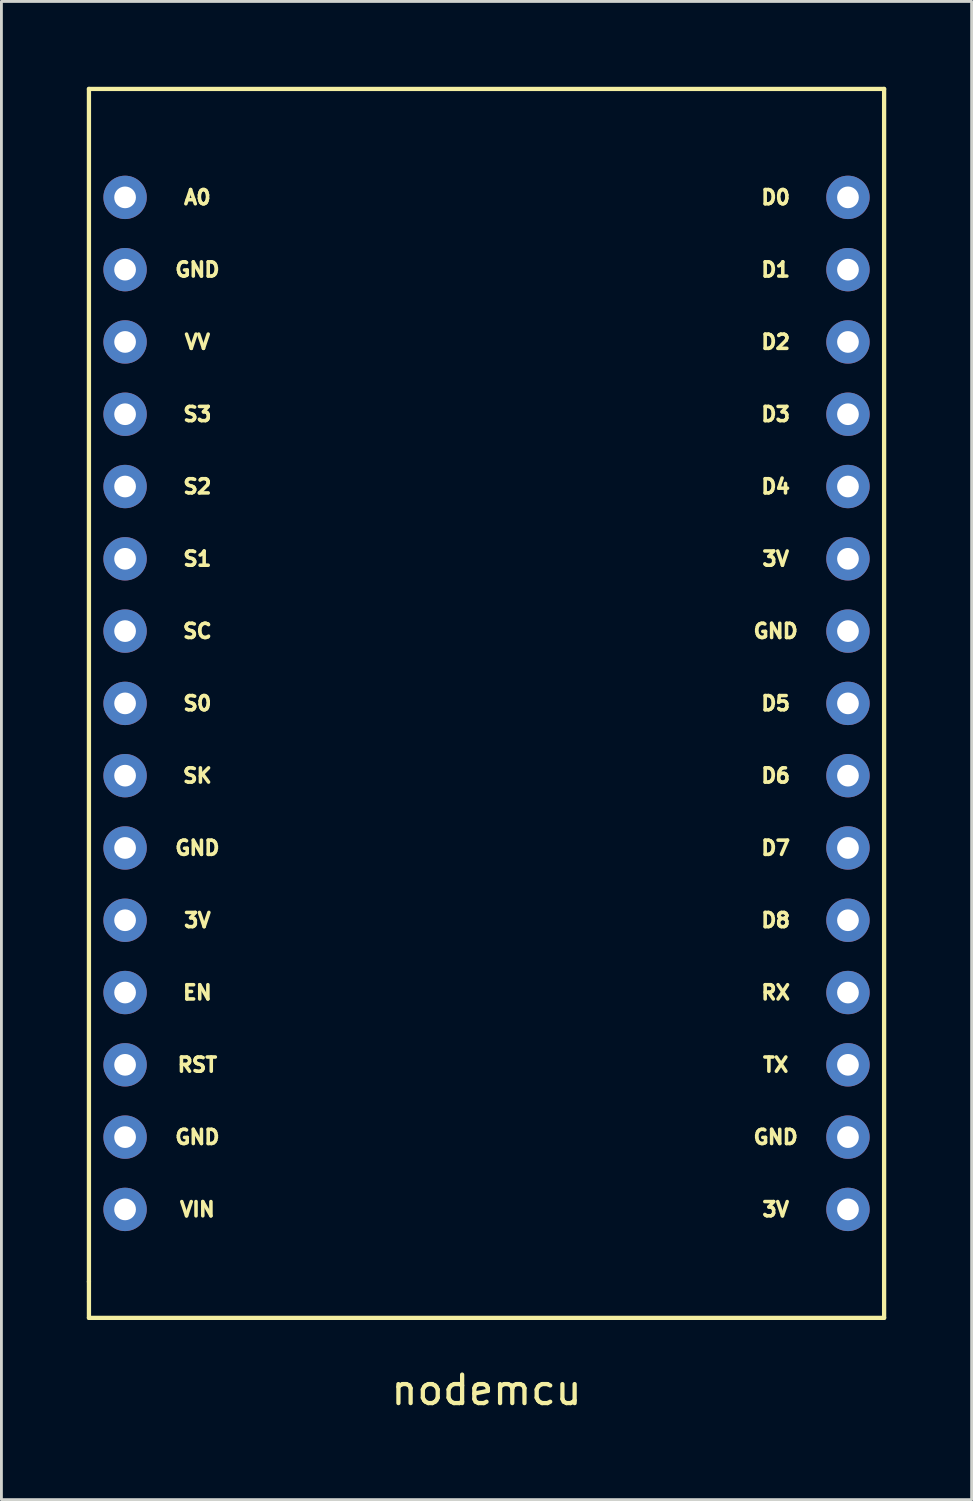
<source format=kicad_pcb>
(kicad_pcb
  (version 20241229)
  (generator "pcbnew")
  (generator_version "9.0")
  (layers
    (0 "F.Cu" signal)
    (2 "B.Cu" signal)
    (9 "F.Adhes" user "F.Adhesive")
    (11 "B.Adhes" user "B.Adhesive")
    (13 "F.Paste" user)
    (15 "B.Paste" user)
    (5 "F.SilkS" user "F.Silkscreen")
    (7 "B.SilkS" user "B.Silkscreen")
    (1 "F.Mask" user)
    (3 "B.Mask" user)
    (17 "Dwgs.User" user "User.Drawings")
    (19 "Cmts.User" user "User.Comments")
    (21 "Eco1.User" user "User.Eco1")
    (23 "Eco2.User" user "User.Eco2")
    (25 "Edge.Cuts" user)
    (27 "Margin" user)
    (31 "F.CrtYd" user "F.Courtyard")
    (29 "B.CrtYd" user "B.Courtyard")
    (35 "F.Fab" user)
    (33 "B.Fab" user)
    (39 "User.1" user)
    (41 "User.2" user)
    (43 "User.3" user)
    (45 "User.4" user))
  (footprint "nodemcu"
    (layer "F.Cu")
    (at 14.045 34.365)
    (property "Reference" "nodemcu" (at 0 11.43 0) (layer "F.SilkS") (effects (font (size 1 1) (thickness 0.15))))
    (attr through_hole)
    (fp_line (start -13.97 -34.29) (end -13.97 7.62) (stroke (width 0.15) (type solid)) (layer "F.SilkS"))
    (fp_line (start -13.97 7.62) (end -13.97 8.89) (stroke (width 0.15) (type solid)) (layer "F.SilkS"))
    (fp_line (start -13.97 8.89) (end 13.97 8.89) (stroke (width 0.15) (type solid)) (layer "F.SilkS"))
    (fp_line (start 13.97 -34.29) (end -13.97 -34.29) (stroke (width 0.15) (type solid)) (layer "F.SilkS"))
    (fp_line (start 13.97 8.89) (end 13.97 -34.29) (stroke (width 0.15) (type solid)) (layer "F.SilkS"))
    (fp_text user "RX" (at 10.16 -2.54 0) (layer "F.SilkS") (effects (font (size 0.5 0.5) (thickness 0.125))))
    (fp_text user "D8" (at 10.16 -5.08 0) (layer "F.SilkS") (effects (font (size 0.5 0.5) (thickness 0.125))))
    (fp_text user "D0" (at 10.16 -30.48 0) (layer "F.SilkS") (effects (font (size 0.5 0.5) (thickness 0.125))))
    (fp_text user "EN" (at -10.16 -2.54 0) (layer "F.SilkS") (effects (font (size 0.5 0.5) (thickness 0.125))))
    (fp_text user "GND" (at 10.16 2.54 0) (layer "F.SilkS") (effects (font (size 0.5 0.5) (thickness 0.125))))
    (fp_text user "S0" (at -10.16 -12.7 0) (layer "F.SilkS") (effects (font (size 0.5 0.5) (thickness 0.125))))
    (fp_text user "GND" (at -10.16 2.54 0) (layer "F.SilkS") (effects (font (size 0.5 0.5) (thickness 0.125))))
    (fp_text user "D7" (at 10.16 -7.62 0) (layer "F.SilkS") (effects (font (size 0.5 0.5) (thickness 0.125))))
    (fp_text user "D5" (at 10.16 -12.7 0) (layer "F.SilkS") (effects (font (size 0.5 0.5) (thickness 0.125))))
    (fp_text user "D2" (at 10.16 -25.4 0) (layer "F.SilkS") (effects (font (size 0.5 0.5) (thickness 0.125))))
    (fp_text user "GND" (at -10.16 -7.62 0) (layer "F.SilkS") (effects (font (size 0.5 0.5) (thickness 0.125))))
    (fp_text user "D1" (at 10.16 -27.94 0) (layer "F.SilkS") (effects (font (size 0.5 0.5) (thickness 0.125))))
    (fp_text user "SK" (at -10.16 -10.16 0) (layer "F.SilkS") (effects (font (size 0.5 0.5) (thickness 0.125))))
    (fp_text user "S1" (at -10.16 -17.78 0) (layer "F.SilkS") (effects (font (size 0.5 0.5) (thickness 0.125))))
    (fp_text user "TX" (at 10.16 0 0) (layer "F.SilkS") (effects (font (size 0.5 0.5) (thickness 0.125))))
    (fp_text user "D6" (at 10.16 -10.16 0) (layer "F.SilkS") (effects (font (size 0.5 0.5) (thickness 0.125))))
    (fp_text user "RST" (at -10.16 0 0) (layer "F.SilkS") (effects (font (size 0.5 0.5) (thickness 0.125))))
    (fp_text user "VV" (at -10.16 -25.4 0) (layer "F.SilkS") (effects (font (size 0.5 0.5) (thickness 0.125))))
    (fp_text user "VIN" (at -10.16 5.08 0) (layer "F.SilkS") (effects (font (size 0.5 0.5) (thickness 0.125))))
    (fp_text user "S2" (at -10.16 -20.32 0) (layer "F.SilkS") (effects (font (size 0.5 0.5) (thickness 0.125))))
    (fp_text user "D4" (at 10.16 -20.32 0) (layer "F.SilkS") (effects (font (size 0.5 0.5) (thickness 0.125))))
    (fp_text user "3V" (at -10.16 -5.08 0) (layer "F.SilkS") (effects (font (size 0.5 0.5) (thickness 0.125))))
    (fp_text user "GND" (at 10.16 -15.24 0) (layer "F.SilkS") (effects (font (size 0.5 0.5) (thickness 0.125))))
    (fp_text user "GND" (at -10.16 -27.94 0) (layer "F.SilkS") (effects (font (size 0.5 0.5) (thickness 0.125))))
    (fp_text user "S3" (at -10.16 -22.86 0) (layer "F.SilkS") (effects (font (size 0.5 0.5) (thickness 0.125))))
    (fp_text user "3V" (at 10.16 -17.78 0) (layer "F.SilkS") (effects (font (size 0.5 0.5) (thickness 0.125))))
    (fp_text user "3V" (at 10.16 5.08 0) (layer "F.SilkS") (effects (font (size 0.5 0.5) (thickness 0.125))))
    (fp_text user "SC" (at -10.16 -15.24 0) (layer "F.SilkS") (effects (font (size 0.5 0.5) (thickness 0.125))))
    (fp_text user "A0" (at -10.16 -30.48 0) (layer "F.SilkS") (effects (font (size 0.5 0.5) (thickness 0.125))))
    (fp_text user "D3" (at 10.16 -22.86 0) (layer "F.SilkS") (effects (font (size 0.5 0.5) (thickness 0.125))))
    (pad "0" thru_hole circle (at 12.7 -30.48) (size 1.524 1.524) (drill 0.762) (layers "*.Cu" "*.Mask"))
    (pad "1" thru_hole circle (at 12.7 -27.94) (size 1.524 1.524) (drill 0.762) (layers "*.Cu" "*.Mask"))
    (pad "2" thru_hole circle (at 12.7 -25.4) (size 1.524 1.524) (drill 0.762) (layers "*.Cu" "*.Mask"))
    (pad "3" thru_hole circle (at 12.7 -22.86) (size 1.524 1.524) (drill 0.762) (layers "*.Cu" "*.Mask"))
    (pad "4" thru_hole circle (at 12.7 -20.32) (size 1.524 1.524) (drill 0.762) (layers "*.Cu" "*.Mask"))
    (pad "5" thru_hole circle (at 12.7 -17.78) (size 1.524 1.524) (drill 0.762) (layers "*.Cu" "*.Mask"))
    (pad "6" thru_hole circle (at 12.7 -15.24) (size 1.524 1.524) (drill 0.762) (layers "*.Cu" "*.Mask"))
    (pad "7" thru_hole circle (at 12.7 -12.7) (size 1.524 1.524) (drill 0.762) (layers "*.Cu" "*.Mask"))
    (pad "8" thru_hole circle (at 12.7 -10.16) (size 1.524 1.524) (drill 0.762) (layers "*.Cu" "*.Mask"))
    (pad "9" thru_hole circle (at 12.7 -7.62) (size 1.524 1.524) (drill 0.762) (layers "*.Cu" "*.Mask"))
    (pad "10" thru_hole circle (at 12.7 -5.08) (size 1.524 1.524) (drill 0.762) (layers "*.Cu" "*.Mask"))
    (pad "11" thru_hole circle (at 12.7 -2.54) (size 1.524 1.524) (drill 0.762) (layers "*.Cu" "*.Mask"))
    (pad "12" thru_hole circle (at 12.7 0) (size 1.524 1.524) (drill 0.762) (layers "*.Cu" "*.Mask"))
    (pad "13" thru_hole circle (at 12.7 2.54) (size 1.524 1.524) (drill 0.762) (layers "*.Cu" "*.Mask"))
    (pad "14" thru_hole circle (at 12.7 5.08) (size 1.524 1.524) (drill 0.762) (layers "*.Cu" "*.Mask"))
    (pad "15" thru_hole circle (at -12.7 5.08) (size 1.524 1.524) (drill 0.762) (layers "*.Cu" "*.Mask"))
    (pad "16" thru_hole circle (at -12.7 2.54) (size 1.524 1.524) (drill 0.762) (layers "*.Cu" "*.Mask"))
    (pad "17" thru_hole circle (at -12.7 0) (size 1.524 1.524) (drill 0.762) (layers "*.Cu" "*.Mask"))
    (pad "18" thru_hole circle (at -12.7 -2.54) (size 1.524 1.524) (drill 0.762) (layers "*.Cu" "*.Mask"))
    (pad "19" thru_hole circle (at -12.7 -5.08) (size 1.524 1.524) (drill 0.762) (layers "*.Cu" "*.Mask"))
    (pad "20" thru_hole circle (at -12.7 -7.62) (size 1.524 1.524) (drill 0.762) (layers "*.Cu" "*.Mask"))
    (pad "21" thru_hole circle (at -12.7 -10.16) (size 1.524 1.524) (drill 0.762) (layers "*.Cu" "*.Mask"))
    (pad "22" thru_hole circle (at -12.7 -12.7) (size 1.524 1.524) (drill 0.762) (layers "*.Cu" "*.Mask"))
    (pad "23" thru_hole circle (at -12.7 -15.24) (size 1.524 1.524) (drill 0.762) (layers "*.Cu" "*.Mask"))
    (pad "24" thru_hole circle (at -12.7 -17.78) (size 1.524 1.524) (drill 0.762) (layers "*.Cu" "*.Mask"))
    (pad "25" thru_hole circle (at -12.7 -20.32) (size 1.524 1.524) (drill 0.762) (layers "*.Cu" "*.Mask"))
    (pad "26" thru_hole circle (at -12.7 -22.86) (size 1.524 1.524) (drill 0.762) (layers "*.Cu" "*.Mask"))
    (pad "27" thru_hole circle (at -12.7 -25.4) (size 1.524 1.524) (drill 0.762) (layers "*.Cu" "*.Mask"))
    (pad "28" thru_hole circle (at -12.7 -27.94) (size 1.524 1.524) (drill 0.762) (layers "*.Cu" "*.Mask"))
    (pad "29" thru_hole circle (at -12.7 -30.48) (size 1.524 1.524) (drill 0.762) (layers "*.Cu" "*.Mask")))
  (gr_rect
    (start -3 -3)
    (end 31.09 49.643)
    (stroke (width 0.1) (type default))
    (fill no)
    (layer "Edge.Cuts")))
</source>
